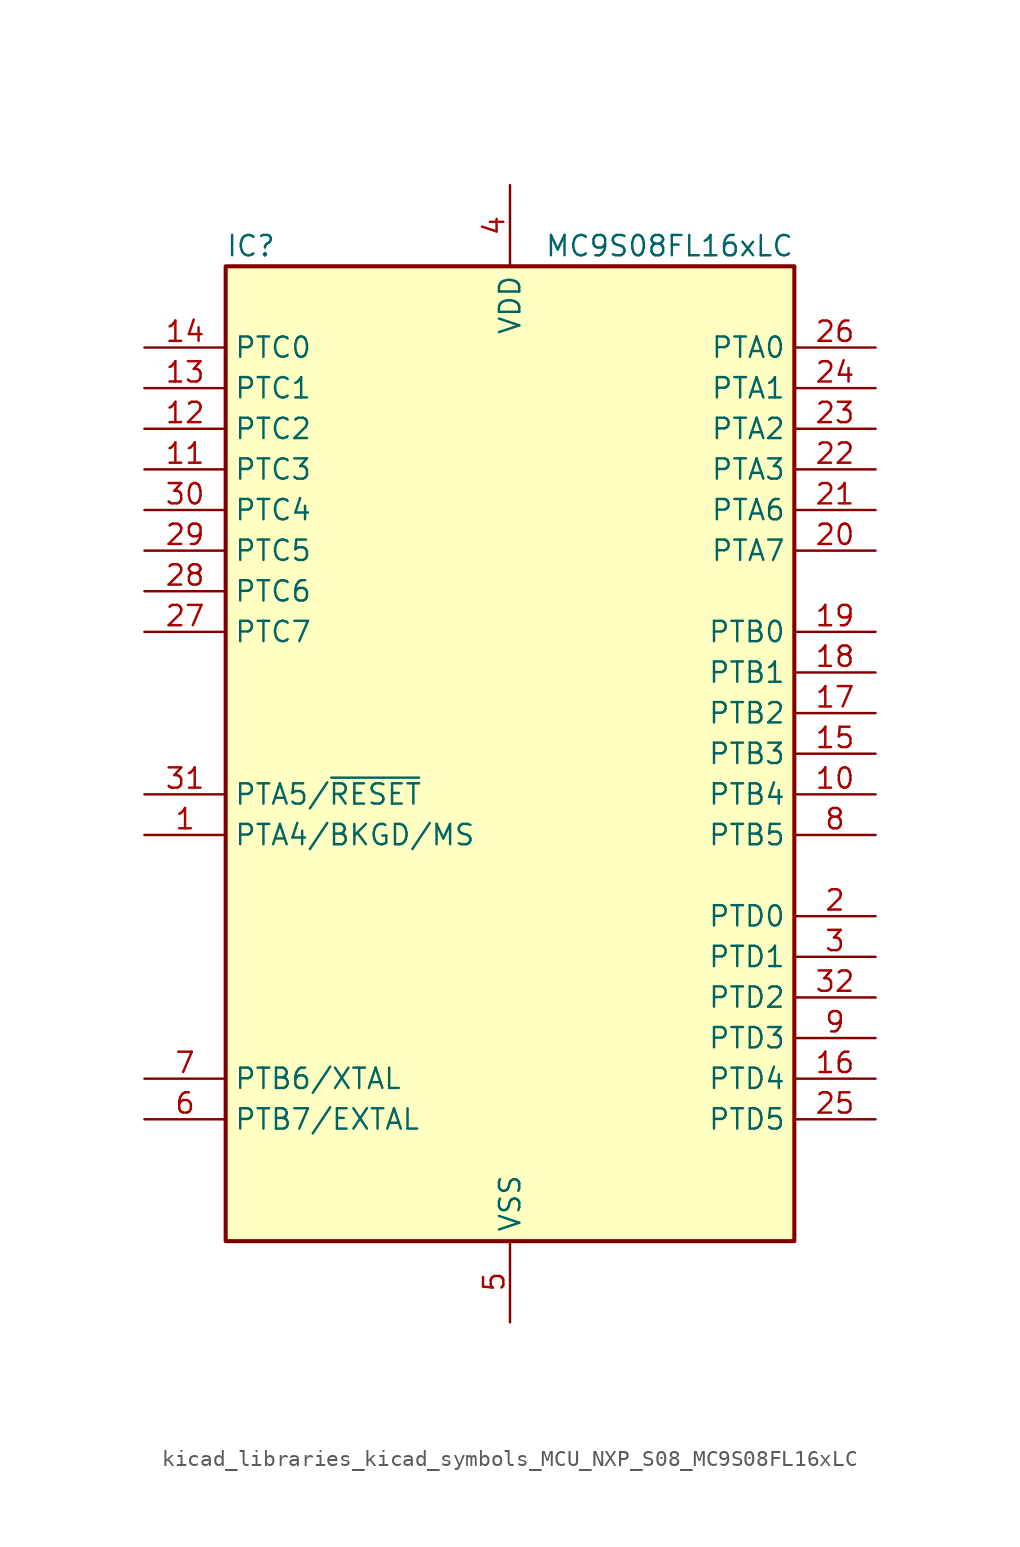
<source format=kicad_sym>
(kicad_symbol_lib
  (version 20220914)
  (generator kicad_symbol_editor)
  (symbol "kicad_libraries_kicad_symbols_MCU_NXP_S08_MC9S08FL16xLC"
    (property "Reference" "IC"
      (at -17.78 31.75 0)
      (effects (font (size 1.27 1.27)) (justify left)))
    (property "Value" "MC9S08FL16xLC"
      (at 17.78 31.75 0)
      (effects (font (size 1.27 1.27)) (justify right)))
    (symbol "kicad_libraries_kicad_symbols_MCU_NXP_S08_MC9S08FL16xLC_0_1"
      (rectangle (start -17.78 30.48) (end 17.78 -30.48) (stroke (width 0.254) (type default)) (fill (type background))))
    (symbol "kicad_libraries_kicad_symbols_MCU_NXP_S08_MC9S08FL16xLC_1_1"
      (pin bidirectional line (at -22.86 -5.08 0) (length 5.08) (name "PTA4/BKGD/MS" (effects (font (size 1.27 1.27)))) (number "1" (effects (font (size 1.27 1.27)))))
      (pin bidirectional line (at 22.86 -2.54 180) (length 5.08) (name "PTB4" (effects (font (size 1.27 1.27)))) (number "10" (effects (font (size 1.27 1.27)))))
      (pin bidirectional line (at -22.86 17.78 0) (length 5.08) (name "PTC3" (effects (font (size 1.27 1.27)))) (number "11" (effects (font (size 1.27 1.27)))))
      (pin bidirectional line (at -22.86 20.32 0) (length 5.08) (name "PTC2" (effects (font (size 1.27 1.27)))) (number "12" (effects (font (size 1.27 1.27)))))
      (pin bidirectional line (at -22.86 22.86 0) (length 5.08) (name "PTC1" (effects (font (size 1.27 1.27)))) (number "13" (effects (font (size 1.27 1.27)))))
      (pin bidirectional line (at -22.86 25.4 0) (length 5.08) (name "PTC0" (effects (font (size 1.27 1.27)))) (number "14" (effects (font (size 1.27 1.27)))))
      (pin bidirectional line (at 22.86 0 180) (length 5.08) (name "PTB3" (effects (font (size 1.27 1.27)))) (number "15" (effects (font (size 1.27 1.27)))))
      (pin bidirectional line (at 22.86 -20.32 180) (length 5.08) (name "PTD4" (effects (font (size 1.27 1.27)))) (number "16" (effects (font (size 1.27 1.27)))))
      (pin bidirectional line (at 22.86 2.54 180) (length 5.08) (name "PTB2" (effects (font (size 1.27 1.27)))) (number "17" (effects (font (size 1.27 1.27)))))
      (pin bidirectional line (at 22.86 5.08 180) (length 5.08) (name "PTB1" (effects (font (size 1.27 1.27)))) (number "18" (effects (font (size 1.27 1.27)))))
      (pin bidirectional line (at 22.86 7.62 180) (length 5.08) (name "PTB0" (effects (font (size 1.27 1.27)))) (number "19" (effects (font (size 1.27 1.27)))))
      (pin bidirectional line (at 22.86 -10.16 180) (length 5.08) (name "PTD0" (effects (font (size 1.27 1.27)))) (number "2" (effects (font (size 1.27 1.27)))))
      (pin bidirectional line (at 22.86 12.7 180) (length 5.08) (name "PTA7" (effects (font (size 1.27 1.27)))) (number "20" (effects (font (size 1.27 1.27)))))
      (pin bidirectional line (at 22.86 15.24 180) (length 5.08) (name "PTA6" (effects (font (size 1.27 1.27)))) (number "21" (effects (font (size 1.27 1.27)))))
      (pin bidirectional line (at 22.86 17.78 180) (length 5.08) (name "PTA3" (effects (font (size 1.27 1.27)))) (number "22" (effects (font (size 1.27 1.27)))))
      (pin bidirectional line (at 22.86 20.32 180) (length 5.08) (name "PTA2" (effects (font (size 1.27 1.27)))) (number "23" (effects (font (size 1.27 1.27)))))
      (pin bidirectional line (at 22.86 22.86 180) (length 5.08) (name "PTA1" (effects (font (size 1.27 1.27)))) (number "24" (effects (font (size 1.27 1.27)))))
      (pin bidirectional line (at 22.86 -22.86 180) (length 5.08) (name "PTD5" (effects (font (size 1.27 1.27)))) (number "25" (effects (font (size 1.27 1.27)))))
      (pin bidirectional line (at 22.86 25.4 180) (length 5.08) (name "PTA0" (effects (font (size 1.27 1.27)))) (number "26" (effects (font (size 1.27 1.27)))))
      (pin bidirectional line (at -22.86 7.62 0) (length 5.08) (name "PTC7" (effects (font (size 1.27 1.27)))) (number "27" (effects (font (size 1.27 1.27)))))
      (pin bidirectional line (at -22.86 10.16 0) (length 5.08) (name "PTC6" (effects (font (size 1.27 1.27)))) (number "28" (effects (font (size 1.27 1.27)))))
      (pin bidirectional line (at -22.86 12.7 0) (length 5.08) (name "PTC5" (effects (font (size 1.27 1.27)))) (number "29" (effects (font (size 1.27 1.27)))))
      (pin bidirectional line (at 22.86 -12.7 180) (length 5.08) (name "PTD1" (effects (font (size 1.27 1.27)))) (number "3" (effects (font (size 1.27 1.27)))))
      (pin bidirectional line (at -22.86 15.24 0) (length 5.08) (name "PTC4" (effects (font (size 1.27 1.27)))) (number "30" (effects (font (size 1.27 1.27)))))
      (pin bidirectional line (at -22.86 -2.54 0) (length 5.08) (name "PTA5/~{RESET}" (effects (font (size 1.27 1.27)))) (number "31" (effects (font (size 1.27 1.27)))))
      (pin bidirectional line (at 22.86 -15.24 180) (length 5.08) (name "PTD2" (effects (font (size 1.27 1.27)))) (number "32" (effects (font (size 1.27 1.27)))))
      (pin power_in line (at 0 35.56 270) (length 5.08) (name "VDD" (effects (font (size 1.27 1.27)))) (number "4" (effects (font (size 1.27 1.27)))))
      (pin power_in line (at 0 -35.56 90) (length 5.08) (name "VSS" (effects (font (size 1.27 1.27)))) (number "5" (effects (font (size 1.27 1.27)))))
      (pin bidirectional line (at -22.86 -22.86 0) (length 5.08) (name "PTB7/EXTAL" (effects (font (size 1.27 1.27)))) (number "6" (effects (font (size 1.27 1.27)))))
      (pin bidirectional line (at -22.86 -20.32 0) (length 5.08) (name "PTB6/XTAL" (effects (font (size 1.27 1.27)))) (number "7" (effects (font (size 1.27 1.27)))))
      (pin bidirectional line (at 22.86 -5.08 180) (length 5.08) (name "PTB5" (effects (font (size 1.27 1.27)))) (number "8" (effects (font (size 1.27 1.27)))))
      (pin bidirectional line (at 22.86 -17.78 180) (length 5.08) (name "PTD3" (effects (font (size 1.27 1.27)))) (number "9" (effects (font (size 1.27 1.27))))))))
</source>
